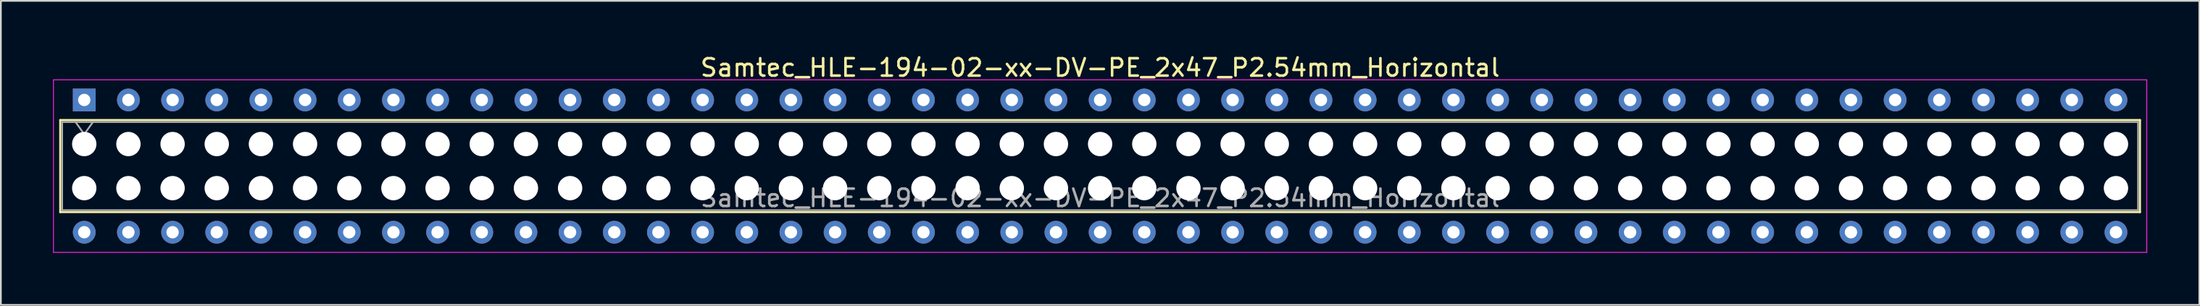
<source format=kicad_pcb>
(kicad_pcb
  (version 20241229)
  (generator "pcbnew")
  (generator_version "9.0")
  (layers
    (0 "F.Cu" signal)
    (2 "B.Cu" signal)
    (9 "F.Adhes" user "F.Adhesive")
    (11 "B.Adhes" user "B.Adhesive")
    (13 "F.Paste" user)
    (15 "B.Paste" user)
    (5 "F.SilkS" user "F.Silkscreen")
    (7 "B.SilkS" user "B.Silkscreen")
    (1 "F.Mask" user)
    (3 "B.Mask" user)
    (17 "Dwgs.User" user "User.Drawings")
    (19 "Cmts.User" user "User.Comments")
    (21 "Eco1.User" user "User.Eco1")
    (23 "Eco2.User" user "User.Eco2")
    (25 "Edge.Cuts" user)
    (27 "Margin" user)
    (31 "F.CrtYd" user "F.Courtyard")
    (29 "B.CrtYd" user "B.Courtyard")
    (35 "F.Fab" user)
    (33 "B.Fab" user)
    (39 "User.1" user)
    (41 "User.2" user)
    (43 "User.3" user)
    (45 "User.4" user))
  (footprint "Samtec_HLE-194-02-xx-DV-PE_2x47_P2.54mm_Horizontal"
    (layer "F.Cu")
    (at 1.795 2.708)
    (property "Reference" "Samtec_HLE-194-02-xx-DV-PE_2x47_P2.54mm_Horizontal" (at 58.42 -1.86 0) (layer "F.SilkS") (effects (font (size 1 1) (thickness 0.15))))
    (attr through_hole)
    (fp_line (start -1.38 1.16) (end 118.22 1.16) (stroke (width 0.12) (type solid)) (layer "F.SilkS"))
    (fp_line (start -1.38 6.46) (end -1.38 1.16) (stroke (width 0.12) (type solid)) (layer "F.SilkS"))
    (fp_line (start 118.22 1.16) (end 118.22 6.46) (stroke (width 0.12) (type solid)) (layer "F.SilkS"))
    (fp_line (start 118.22 6.46) (end -1.38 6.46) (stroke (width 0.12) (type solid)) (layer "F.SilkS"))
    (fp_line (start -1.77 -1.16) (end 118.61 -1.16) (stroke (width 0.05) (type solid)) (layer "F.CrtYd"))
    (fp_line (start -1.77 8.78) (end -1.77 -1.16) (stroke (width 0.05) (type solid)) (layer "F.CrtYd"))
    (fp_line (start 118.61 -1.16) (end 118.61 8.78) (stroke (width 0.05) (type solid)) (layer "F.CrtYd"))
    (fp_line (start 118.61 8.78) (end -1.77 8.78) (stroke (width 0.05) (type solid)) (layer "F.CrtYd"))
    (fp_line (start -1.27 1.27) (end 118.11 1.27) (stroke (width 0.1) (type solid)) (layer "F.Fab"))
    (fp_line (start -1.27 6.35) (end -1.27 1.27) (stroke (width 0.1) (type solid)) (layer "F.Fab"))
    (fp_line (start -0.5 1.27) (end 0 1.977) (stroke (width 0.1) (type solid)) (layer "F.Fab"))
    (fp_line (start 0 1.977) (end 0.5 1.27) (stroke (width 0.1) (type solid)) (layer "F.Fab"))
    (fp_line (start 118.11 1.27) (end 118.11 6.35) (stroke (width 0.1) (type solid)) (layer "F.Fab"))
    (fp_line (start 118.11 6.35) (end -1.27 6.35) (stroke (width 0.1) (type solid)) (layer "F.Fab"))
    (fp_text user "${REFERENCE}" (at 58.42 5.65 0) (layer "F.Fab") (effects (font (size 1 1) (thickness 0.15))))
    (pad "" np_thru_hole circle (at 0 2.54) (size 1.4 1.4) (drill 1.4) (layers "*.Cu" "*.Mask"))
    (pad "" np_thru_hole circle (at 0 5.08) (size 1.4 1.4) (drill 1.4) (layers "*.Cu" "*.Mask"))
    (pad "" np_thru_hole circle (at 2.54 2.54) (size 1.4 1.4) (drill 1.4) (layers "*.Cu" "*.Mask"))
    (pad "" np_thru_hole circle (at 2.54 5.08) (size 1.4 1.4) (drill 1.4) (layers "*.Cu" "*.Mask"))
    (pad "" np_thru_hole circle (at 5.08 2.54) (size 1.4 1.4) (drill 1.4) (layers "*.Cu" "*.Mask"))
    (pad "" np_thru_hole circle (at 5.08 5.08) (size 1.4 1.4) (drill 1.4) (layers "*.Cu" "*.Mask"))
    (pad "" np_thru_hole circle (at 7.62 2.54) (size 1.4 1.4) (drill 1.4) (layers "*.Cu" "*.Mask"))
    (pad "" np_thru_hole circle (at 7.62 5.08) (size 1.4 1.4) (drill 1.4) (layers "*.Cu" "*.Mask"))
    (pad "" np_thru_hole circle (at 10.16 2.54) (size 1.4 1.4) (drill 1.4) (layers "*.Cu" "*.Mask"))
    (pad "" np_thru_hole circle (at 10.16 5.08) (size 1.4 1.4) (drill 1.4) (layers "*.Cu" "*.Mask"))
    (pad "" np_thru_hole circle (at 12.7 2.54) (size 1.4 1.4) (drill 1.4) (layers "*.Cu" "*.Mask"))
    (pad "" np_thru_hole circle (at 12.7 5.08) (size 1.4 1.4) (drill 1.4) (layers "*.Cu" "*.Mask"))
    (pad "" np_thru_hole circle (at 15.24 2.54) (size 1.4 1.4) (drill 1.4) (layers "*.Cu" "*.Mask"))
    (pad "" np_thru_hole circle (at 15.24 5.08) (size 1.4 1.4) (drill 1.4) (layers "*.Cu" "*.Mask"))
    (pad "" np_thru_hole circle (at 17.78 2.54) (size 1.4 1.4) (drill 1.4) (layers "*.Cu" "*.Mask"))
    (pad "" np_thru_hole circle (at 17.78 5.08) (size 1.4 1.4) (drill 1.4) (layers "*.Cu" "*.Mask"))
    (pad "" np_thru_hole circle (at 20.32 2.54) (size 1.4 1.4) (drill 1.4) (layers "*.Cu" "*.Mask"))
    (pad "" np_thru_hole circle (at 20.32 5.08) (size 1.4 1.4) (drill 1.4) (layers "*.Cu" "*.Mask"))
    (pad "" np_thru_hole circle (at 22.86 2.54) (size 1.4 1.4) (drill 1.4) (layers "*.Cu" "*.Mask"))
    (pad "" np_thru_hole circle (at 22.86 5.08) (size 1.4 1.4) (drill 1.4) (layers "*.Cu" "*.Mask"))
    (pad "" np_thru_hole circle (at 25.4 2.54) (size 1.4 1.4) (drill 1.4) (layers "*.Cu" "*.Mask"))
    (pad "" np_thru_hole circle (at 25.4 5.08) (size 1.4 1.4) (drill 1.4) (layers "*.Cu" "*.Mask"))
    (pad "" np_thru_hole circle (at 27.94 2.54) (size 1.4 1.4) (drill 1.4) (layers "*.Cu" "*.Mask"))
    (pad "" np_thru_hole circle (at 27.94 5.08) (size 1.4 1.4) (drill 1.4) (layers "*.Cu" "*.Mask"))
    (pad "" np_thru_hole circle (at 30.48 2.54) (size 1.4 1.4) (drill 1.4) (layers "*.Cu" "*.Mask"))
    (pad "" np_thru_hole circle (at 30.48 5.08) (size 1.4 1.4) (drill 1.4) (layers "*.Cu" "*.Mask"))
    (pad "" np_thru_hole circle (at 33.02 2.54) (size 1.4 1.4) (drill 1.4) (layers "*.Cu" "*.Mask"))
    (pad "" np_thru_hole circle (at 33.02 5.08) (size 1.4 1.4) (drill 1.4) (layers "*.Cu" "*.Mask"))
    (pad "" np_thru_hole circle (at 35.56 2.54) (size 1.4 1.4) (drill 1.4) (layers "*.Cu" "*.Mask"))
    (pad "" np_thru_hole circle (at 35.56 5.08) (size 1.4 1.4) (drill 1.4) (layers "*.Cu" "*.Mask"))
    (pad "" np_thru_hole circle (at 38.1 2.54) (size 1.4 1.4) (drill 1.4) (layers "*.Cu" "*.Mask"))
    (pad "" np_thru_hole circle (at 38.1 5.08) (size 1.4 1.4) (drill 1.4) (layers "*.Cu" "*.Mask"))
    (pad "" np_thru_hole circle (at 40.64 2.54) (size 1.4 1.4) (drill 1.4) (layers "*.Cu" "*.Mask"))
    (pad "" np_thru_hole circle (at 40.64 5.08) (size 1.4 1.4) (drill 1.4) (layers "*.Cu" "*.Mask"))
    (pad "" np_thru_hole circle (at 43.18 2.54) (size 1.4 1.4) (drill 1.4) (layers "*.Cu" "*.Mask"))
    (pad "" np_thru_hole circle (at 43.18 5.08) (size 1.4 1.4) (drill 1.4) (layers "*.Cu" "*.Mask"))
    (pad "" np_thru_hole circle (at 45.72 2.54) (size 1.4 1.4) (drill 1.4) (layers "*.Cu" "*.Mask"))
    (pad "" np_thru_hole circle (at 45.72 5.08) (size 1.4 1.4) (drill 1.4) (layers "*.Cu" "*.Mask"))
    (pad "" np_thru_hole circle (at 48.26 2.54) (size 1.4 1.4) (drill 1.4) (layers "*.Cu" "*.Mask"))
    (pad "" np_thru_hole circle (at 48.26 5.08) (size 1.4 1.4) (drill 1.4) (layers "*.Cu" "*.Mask"))
    (pad "" np_thru_hole circle (at 50.8 2.54) (size 1.4 1.4) (drill 1.4) (layers "*.Cu" "*.Mask"))
    (pad "" np_thru_hole circle (at 50.8 5.08) (size 1.4 1.4) (drill 1.4) (layers "*.Cu" "*.Mask"))
    (pad "" np_thru_hole circle (at 53.34 2.54) (size 1.4 1.4) (drill 1.4) (layers "*.Cu" "*.Mask"))
    (pad "" np_thru_hole circle (at 53.34 5.08) (size 1.4 1.4) (drill 1.4) (layers "*.Cu" "*.Mask"))
    (pad "" np_thru_hole circle (at 55.88 2.54) (size 1.4 1.4) (drill 1.4) (layers "*.Cu" "*.Mask"))
    (pad "" np_thru_hole circle (at 55.88 5.08) (size 1.4 1.4) (drill 1.4) (layers "*.Cu" "*.Mask"))
    (pad "" np_thru_hole circle (at 58.42 2.54) (size 1.4 1.4) (drill 1.4) (layers "*.Cu" "*.Mask"))
    (pad "" np_thru_hole circle (at 58.42 5.08) (size 1.4 1.4) (drill 1.4) (layers "*.Cu" "*.Mask"))
    (pad "" np_thru_hole circle (at 60.96 2.54) (size 1.4 1.4) (drill 1.4) (layers "*.Cu" "*.Mask"))
    (pad "" np_thru_hole circle (at 60.96 5.08) (size 1.4 1.4) (drill 1.4) (layers "*.Cu" "*.Mask"))
    (pad "" np_thru_hole circle (at 63.5 2.54) (size 1.4 1.4) (drill 1.4) (layers "*.Cu" "*.Mask"))
    (pad "" np_thru_hole circle (at 63.5 5.08) (size 1.4 1.4) (drill 1.4) (layers "*.Cu" "*.Mask"))
    (pad "" np_thru_hole circle (at 66.04 2.54) (size 1.4 1.4) (drill 1.4) (layers "*.Cu" "*.Mask"))
    (pad "" np_thru_hole circle (at 66.04 5.08) (size 1.4 1.4) (drill 1.4) (layers "*.Cu" "*.Mask"))
    (pad "" np_thru_hole circle (at 68.58 2.54) (size 1.4 1.4) (drill 1.4) (layers "*.Cu" "*.Mask"))
    (pad "" np_thru_hole circle (at 68.58 5.08) (size 1.4 1.4) (drill 1.4) (layers "*.Cu" "*.Mask"))
    (pad "" np_thru_hole circle (at 71.12 2.54) (size 1.4 1.4) (drill 1.4) (layers "*.Cu" "*.Mask"))
    (pad "" np_thru_hole circle (at 71.12 5.08) (size 1.4 1.4) (drill 1.4) (layers "*.Cu" "*.Mask"))
    (pad "" np_thru_hole circle (at 73.66 2.54) (size 1.4 1.4) (drill 1.4) (layers "*.Cu" "*.Mask"))
    (pad "" np_thru_hole circle (at 73.66 5.08) (size 1.4 1.4) (drill 1.4) (layers "*.Cu" "*.Mask"))
    (pad "" np_thru_hole circle (at 76.2 2.54) (size 1.4 1.4) (drill 1.4) (layers "*.Cu" "*.Mask"))
    (pad "" np_thru_hole circle (at 76.2 5.08) (size 1.4 1.4) (drill 1.4) (layers "*.Cu" "*.Mask"))
    (pad "" np_thru_hole circle (at 78.74 2.54) (size 1.4 1.4) (drill 1.4) (layers "*.Cu" "*.Mask"))
    (pad "" np_thru_hole circle (at 78.74 5.08) (size 1.4 1.4) (drill 1.4) (layers "*.Cu" "*.Mask"))
    (pad "" np_thru_hole circle (at 81.28 2.54) (size 1.4 1.4) (drill 1.4) (layers "*.Cu" "*.Mask"))
    (pad "" np_thru_hole circle (at 81.28 5.08) (size 1.4 1.4) (drill 1.4) (layers "*.Cu" "*.Mask"))
    (pad "" np_thru_hole circle (at 83.82 2.54) (size 1.4 1.4) (drill 1.4) (layers "*.Cu" "*.Mask"))
    (pad "" np_thru_hole circle (at 83.82 5.08) (size 1.4 1.4) (drill 1.4) (layers "*.Cu" "*.Mask"))
    (pad "" np_thru_hole circle (at 86.36 2.54) (size 1.4 1.4) (drill 1.4) (layers "*.Cu" "*.Mask"))
    (pad "" np_thru_hole circle (at 86.36 5.08) (size 1.4 1.4) (drill 1.4) (layers "*.Cu" "*.Mask"))
    (pad "" np_thru_hole circle (at 88.9 2.54) (size 1.4 1.4) (drill 1.4) (layers "*.Cu" "*.Mask"))
    (pad "" np_thru_hole circle (at 88.9 5.08) (size 1.4 1.4) (drill 1.4) (layers "*.Cu" "*.Mask"))
    (pad "" np_thru_hole circle (at 91.44 2.54) (size 1.4 1.4) (drill 1.4) (layers "*.Cu" "*.Mask"))
    (pad "" np_thru_hole circle (at 91.44 5.08) (size 1.4 1.4) (drill 1.4) (layers "*.Cu" "*.Mask"))
    (pad "" np_thru_hole circle (at 93.98 2.54) (size 1.4 1.4) (drill 1.4) (layers "*.Cu" "*.Mask"))
    (pad "" np_thru_hole circle (at 93.98 5.08) (size 1.4 1.4) (drill 1.4) (layers "*.Cu" "*.Mask"))
    (pad "" np_thru_hole circle (at 96.52 2.54) (size 1.4 1.4) (drill 1.4) (layers "*.Cu" "*.Mask"))
    (pad "" np_thru_hole circle (at 96.52 5.08) (size 1.4 1.4) (drill 1.4) (layers "*.Cu" "*.Mask"))
    (pad "" np_thru_hole circle (at 99.06 2.54) (size 1.4 1.4) (drill 1.4) (layers "*.Cu" "*.Mask"))
    (pad "" np_thru_hole circle (at 99.06 5.08) (size 1.4 1.4) (drill 1.4) (layers "*.Cu" "*.Mask"))
    (pad "" np_thru_hole circle (at 101.6 2.54) (size 1.4 1.4) (drill 1.4) (layers "*.Cu" "*.Mask"))
    (pad "" np_thru_hole circle (at 101.6 5.08) (size 1.4 1.4) (drill 1.4) (layers "*.Cu" "*.Mask"))
    (pad "" np_thru_hole circle (at 104.14 2.54) (size 1.4 1.4) (drill 1.4) (layers "*.Cu" "*.Mask"))
    (pad "" np_thru_hole circle (at 104.14 5.08) (size 1.4 1.4) (drill 1.4) (layers "*.Cu" "*.Mask"))
    (pad "" np_thru_hole circle (at 106.68 2.54) (size 1.4 1.4) (drill 1.4) (layers "*.Cu" "*.Mask"))
    (pad "" np_thru_hole circle (at 106.68 5.08) (size 1.4 1.4) (drill 1.4) (layers "*.Cu" "*.Mask"))
    (pad "" np_thru_hole circle (at 109.22 2.54) (size 1.4 1.4) (drill 1.4) (layers "*.Cu" "*.Mask"))
    (pad "" np_thru_hole circle (at 109.22 5.08) (size 1.4 1.4) (drill 1.4) (layers "*.Cu" "*.Mask"))
    (pad "" np_thru_hole circle (at 111.76 2.54) (size 1.4 1.4) (drill 1.4) (layers "*.Cu" "*.Mask"))
    (pad "" np_thru_hole circle (at 111.76 5.08) (size 1.4 1.4) (drill 1.4) (layers "*.Cu" "*.Mask"))
    (pad "" np_thru_hole circle (at 114.3 2.54) (size 1.4 1.4) (drill 1.4) (layers "*.Cu" "*.Mask"))
    (pad "" np_thru_hole circle (at 114.3 5.08) (size 1.4 1.4) (drill 1.4) (layers "*.Cu" "*.Mask"))
    (pad "" np_thru_hole circle (at 116.84 2.54) (size 1.4 1.4) (drill 1.4) (layers "*.Cu" "*.Mask"))
    (pad "" np_thru_hole circle (at 116.84 5.08) (size 1.4 1.4) (drill 1.4) (layers "*.Cu" "*.Mask"))
    (pad "1" thru_hole rect (at 0 0) (size 1.31 1.31) (drill 0.71) (layers "*.Cu" "*.Mask"))
    (pad "2" thru_hole circle (at 0 7.62) (size 1.31 1.31) (drill 0.71) (layers "*.Cu" "*.Mask"))
    (pad "3" thru_hole circle (at 2.54 0) (size 1.31 1.31) (drill 0.71) (layers "*.Cu" "*.Mask"))
    (pad "4" thru_hole circle (at 2.54 7.62) (size 1.31 1.31) (drill 0.71) (layers "*.Cu" "*.Mask"))
    (pad "5" thru_hole circle (at 5.08 0) (size 1.31 1.31) (drill 0.71) (layers "*.Cu" "*.Mask"))
    (pad "6" thru_hole circle (at 5.08 7.62) (size 1.31 1.31) (drill 0.71) (layers "*.Cu" "*.Mask"))
    (pad "7" thru_hole circle (at 7.62 0) (size 1.31 1.31) (drill 0.71) (layers "*.Cu" "*.Mask"))
    (pad "8" thru_hole circle (at 7.62 7.62) (size 1.31 1.31) (drill 0.71) (layers "*.Cu" "*.Mask"))
    (pad "9" thru_hole circle (at 10.16 0) (size 1.31 1.31) (drill 0.71) (layers "*.Cu" "*.Mask"))
    (pad "10" thru_hole circle (at 10.16 7.62) (size 1.31 1.31) (drill 0.71) (layers "*.Cu" "*.Mask"))
    (pad "11" thru_hole circle (at 12.7 0) (size 1.31 1.31) (drill 0.71) (layers "*.Cu" "*.Mask"))
    (pad "12" thru_hole circle (at 12.7 7.62) (size 1.31 1.31) (drill 0.71) (layers "*.Cu" "*.Mask"))
    (pad "13" thru_hole circle (at 15.24 0) (size 1.31 1.31) (drill 0.71) (layers "*.Cu" "*.Mask"))
    (pad "14" thru_hole circle (at 15.24 7.62) (size 1.31 1.31) (drill 0.71) (layers "*.Cu" "*.Mask"))
    (pad "15" thru_hole circle (at 17.78 0) (size 1.31 1.31) (drill 0.71) (layers "*.Cu" "*.Mask"))
    (pad "16" thru_hole circle (at 17.78 7.62) (size 1.31 1.31) (drill 0.71) (layers "*.Cu" "*.Mask"))
    (pad "17" thru_hole circle (at 20.32 0) (size 1.31 1.31) (drill 0.71) (layers "*.Cu" "*.Mask"))
    (pad "18" thru_hole circle (at 20.32 7.62) (size 1.31 1.31) (drill 0.71) (layers "*.Cu" "*.Mask"))
    (pad "19" thru_hole circle (at 22.86 0) (size 1.31 1.31) (drill 0.71) (layers "*.Cu" "*.Mask"))
    (pad "20" thru_hole circle (at 22.86 7.62) (size 1.31 1.31) (drill 0.71) (layers "*.Cu" "*.Mask"))
    (pad "21" thru_hole circle (at 25.4 0) (size 1.31 1.31) (drill 0.71) (layers "*.Cu" "*.Mask"))
    (pad "22" thru_hole circle (at 25.4 7.62) (size 1.31 1.31) (drill 0.71) (layers "*.Cu" "*.Mask"))
    (pad "23" thru_hole circle (at 27.94 0) (size 1.31 1.31) (drill 0.71) (layers "*.Cu" "*.Mask"))
    (pad "24" thru_hole circle (at 27.94 7.62) (size 1.31 1.31) (drill 0.71) (layers "*.Cu" "*.Mask"))
    (pad "25" thru_hole circle (at 30.48 0) (size 1.31 1.31) (drill 0.71) (layers "*.Cu" "*.Mask"))
    (pad "26" thru_hole circle (at 30.48 7.62) (size 1.31 1.31) (drill 0.71) (layers "*.Cu" "*.Mask"))
    (pad "27" thru_hole circle (at 33.02 0) (size 1.31 1.31) (drill 0.71) (layers "*.Cu" "*.Mask"))
    (pad "28" thru_hole circle (at 33.02 7.62) (size 1.31 1.31) (drill 0.71) (layers "*.Cu" "*.Mask"))
    (pad "29" thru_hole circle (at 35.56 0) (size 1.31 1.31) (drill 0.71) (layers "*.Cu" "*.Mask"))
    (pad "30" thru_hole circle (at 35.56 7.62) (size 1.31 1.31) (drill 0.71) (layers "*.Cu" "*.Mask"))
    (pad "31" thru_hole circle (at 38.1 0) (size 1.31 1.31) (drill 0.71) (layers "*.Cu" "*.Mask"))
    (pad "32" thru_hole circle (at 38.1 7.62) (size 1.31 1.31) (drill 0.71) (layers "*.Cu" "*.Mask"))
    (pad "33" thru_hole circle (at 40.64 0) (size 1.31 1.31) (drill 0.71) (layers "*.Cu" "*.Mask"))
    (pad "34" thru_hole circle (at 40.64 7.62) (size 1.31 1.31) (drill 0.71) (layers "*.Cu" "*.Mask"))
    (pad "35" thru_hole circle (at 43.18 0) (size 1.31 1.31) (drill 0.71) (layers "*.Cu" "*.Mask"))
    (pad "36" thru_hole circle (at 43.18 7.62) (size 1.31 1.31) (drill 0.71) (layers "*.Cu" "*.Mask"))
    (pad "37" thru_hole circle (at 45.72 0) (size 1.31 1.31) (drill 0.71) (layers "*.Cu" "*.Mask"))
    (pad "38" thru_hole circle (at 45.72 7.62) (size 1.31 1.31) (drill 0.71) (layers "*.Cu" "*.Mask"))
    (pad "39" thru_hole circle (at 48.26 0) (size 1.31 1.31) (drill 0.71) (layers "*.Cu" "*.Mask"))
    (pad "40" thru_hole circle (at 48.26 7.62) (size 1.31 1.31) (drill 0.71) (layers "*.Cu" "*.Mask"))
    (pad "41" thru_hole circle (at 50.8 0) (size 1.31 1.31) (drill 0.71) (layers "*.Cu" "*.Mask"))
    (pad "42" thru_hole circle (at 50.8 7.62) (size 1.31 1.31) (drill 0.71) (layers "*.Cu" "*.Mask"))
    (pad "43" thru_hole circle (at 53.34 0) (size 1.31 1.31) (drill 0.71) (layers "*.Cu" "*.Mask"))
    (pad "44" thru_hole circle (at 53.34 7.62) (size 1.31 1.31) (drill 0.71) (layers "*.Cu" "*.Mask"))
    (pad "45" thru_hole circle (at 55.88 0) (size 1.31 1.31) (drill 0.71) (layers "*.Cu" "*.Mask"))
    (pad "46" thru_hole circle (at 55.88 7.62) (size 1.31 1.31) (drill 0.71) (layers "*.Cu" "*.Mask"))
    (pad "47" thru_hole circle (at 58.42 0) (size 1.31 1.31) (drill 0.71) (layers "*.Cu" "*.Mask"))
    (pad "48" thru_hole circle (at 58.42 7.62) (size 1.31 1.31) (drill 0.71) (layers "*.Cu" "*.Mask"))
    (pad "49" thru_hole circle (at 60.96 0) (size 1.31 1.31) (drill 0.71) (layers "*.Cu" "*.Mask"))
    (pad "50" thru_hole circle (at 60.96 7.62) (size 1.31 1.31) (drill 0.71) (layers "*.Cu" "*.Mask"))
    (pad "51" thru_hole circle (at 63.5 0) (size 1.31 1.31) (drill 0.71) (layers "*.Cu" "*.Mask"))
    (pad "52" thru_hole circle (at 63.5 7.62) (size 1.31 1.31) (drill 0.71) (layers "*.Cu" "*.Mask"))
    (pad "53" thru_hole circle (at 66.04 0) (size 1.31 1.31) (drill 0.71) (layers "*.Cu" "*.Mask"))
    (pad "54" thru_hole circle (at 66.04 7.62) (size 1.31 1.31) (drill 0.71) (layers "*.Cu" "*.Mask"))
    (pad "55" thru_hole circle (at 68.58 0) (size 1.31 1.31) (drill 0.71) (layers "*.Cu" "*.Mask"))
    (pad "56" thru_hole circle (at 68.58 7.62) (size 1.31 1.31) (drill 0.71) (layers "*.Cu" "*.Mask"))
    (pad "57" thru_hole circle (at 71.12 0) (size 1.31 1.31) (drill 0.71) (layers "*.Cu" "*.Mask"))
    (pad "58" thru_hole circle (at 71.12 7.62) (size 1.31 1.31) (drill 0.71) (layers "*.Cu" "*.Mask"))
    (pad "59" thru_hole circle (at 73.66 0) (size 1.31 1.31) (drill 0.71) (layers "*.Cu" "*.Mask"))
    (pad "60" thru_hole circle (at 73.66 7.62) (size 1.31 1.31) (drill 0.71) (layers "*.Cu" "*.Mask"))
    (pad "61" thru_hole circle (at 76.2 0) (size 1.31 1.31) (drill 0.71) (layers "*.Cu" "*.Mask"))
    (pad "62" thru_hole circle (at 76.2 7.62) (size 1.31 1.31) (drill 0.71) (layers "*.Cu" "*.Mask"))
    (pad "63" thru_hole circle (at 78.74 0) (size 1.31 1.31) (drill 0.71) (layers "*.Cu" "*.Mask"))
    (pad "64" thru_hole circle (at 78.74 7.62) (size 1.31 1.31) (drill 0.71) (layers "*.Cu" "*.Mask"))
    (pad "65" thru_hole circle (at 81.28 0) (size 1.31 1.31) (drill 0.71) (layers "*.Cu" "*.Mask"))
    (pad "66" thru_hole circle (at 81.28 7.62) (size 1.31 1.31) (drill 0.71) (layers "*.Cu" "*.Mask"))
    (pad "67" thru_hole circle (at 83.82 0) (size 1.31 1.31) (drill 0.71) (layers "*.Cu" "*.Mask"))
    (pad "68" thru_hole circle (at 83.82 7.62) (size 1.31 1.31) (drill 0.71) (layers "*.Cu" "*.Mask"))
    (pad "69" thru_hole circle (at 86.36 0) (size 1.31 1.31) (drill 0.71) (layers "*.Cu" "*.Mask"))
    (pad "70" thru_hole circle (at 86.36 7.62) (size 1.31 1.31) (drill 0.71) (layers "*.Cu" "*.Mask"))
    (pad "71" thru_hole circle (at 88.9 0) (size 1.31 1.31) (drill 0.71) (layers "*.Cu" "*.Mask"))
    (pad "72" thru_hole circle (at 88.9 7.62) (size 1.31 1.31) (drill 0.71) (layers "*.Cu" "*.Mask"))
    (pad "73" thru_hole circle (at 91.44 0) (size 1.31 1.31) (drill 0.71) (layers "*.Cu" "*.Mask"))
    (pad "74" thru_hole circle (at 91.44 7.62) (size 1.31 1.31) (drill 0.71) (layers "*.Cu" "*.Mask"))
    (pad "75" thru_hole circle (at 93.98 0) (size 1.31 1.31) (drill 0.71) (layers "*.Cu" "*.Mask"))
    (pad "76" thru_hole circle (at 93.98 7.62) (size 1.31 1.31) (drill 0.71) (layers "*.Cu" "*.Mask"))
    (pad "77" thru_hole circle (at 96.52 0) (size 1.31 1.31) (drill 0.71) (layers "*.Cu" "*.Mask"))
    (pad "78" thru_hole circle (at 96.52 7.62) (size 1.31 1.31) (drill 0.71) (layers "*.Cu" "*.Mask"))
    (pad "79" thru_hole circle (at 99.06 0) (size 1.31 1.31) (drill 0.71) (layers "*.Cu" "*.Mask"))
    (pad "80" thru_hole circle (at 99.06 7.62) (size 1.31 1.31) (drill 0.71) (layers "*.Cu" "*.Mask"))
    (pad "81" thru_hole circle (at 101.6 0) (size 1.31 1.31) (drill 0.71) (layers "*.Cu" "*.Mask"))
    (pad "82" thru_hole circle (at 101.6 7.62) (size 1.31 1.31) (drill 0.71) (layers "*.Cu" "*.Mask"))
    (pad "83" thru_hole circle (at 104.14 0) (size 1.31 1.31) (drill 0.71) (layers "*.Cu" "*.Mask"))
    (pad "84" thru_hole circle (at 104.14 7.62) (size 1.31 1.31) (drill 0.71) (layers "*.Cu" "*.Mask"))
    (pad "85" thru_hole circle (at 106.68 0) (size 1.31 1.31) (drill 0.71) (layers "*.Cu" "*.Mask"))
    (pad "86" thru_hole circle (at 106.68 7.62) (size 1.31 1.31) (drill 0.71) (layers "*.Cu" "*.Mask"))
    (pad "87" thru_hole circle (at 109.22 0) (size 1.31 1.31) (drill 0.71) (layers "*.Cu" "*.Mask"))
    (pad "88" thru_hole circle (at 109.22 7.62) (size 1.31 1.31) (drill 0.71) (layers "*.Cu" "*.Mask"))
    (pad "89" thru_hole circle (at 111.76 0) (size 1.31 1.31) (drill 0.71) (layers "*.Cu" "*.Mask"))
    (pad "90" thru_hole circle (at 111.76 7.62) (size 1.31 1.31) (drill 0.71) (layers "*.Cu" "*.Mask"))
    (pad "91" thru_hole circle (at 114.3 0) (size 1.31 1.31) (drill 0.71) (layers "*.Cu" "*.Mask"))
    (pad "92" thru_hole circle (at 114.3 7.62) (size 1.31 1.31) (drill 0.71) (layers "*.Cu" "*.Mask"))
    (pad "93" thru_hole circle (at 116.84 0) (size 1.31 1.31) (drill 0.71) (layers "*.Cu" "*.Mask"))
    (pad "94" thru_hole circle (at 116.84 7.62) (size 1.31 1.31) (drill 0.71) (layers "*.Cu" "*.Mask")))
  (gr_rect
    (start -3 -3)
    (end 123.43 14.513)
    (stroke (width 0.1) (type default))
    (fill no)
    (layer "Edge.Cuts")))
</source>
